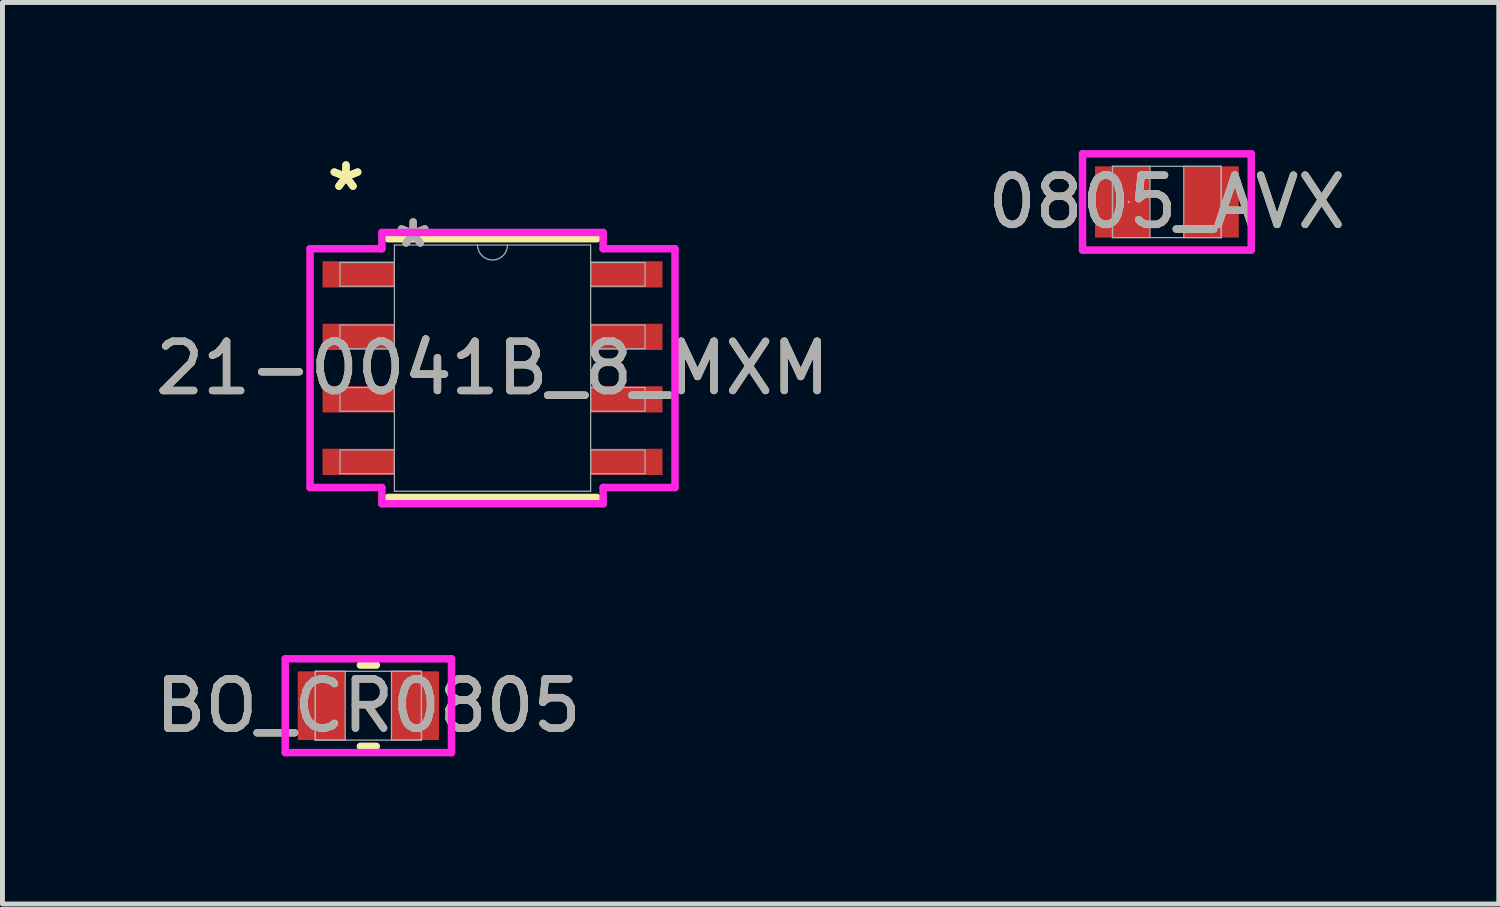
<source format=kicad_pcb>
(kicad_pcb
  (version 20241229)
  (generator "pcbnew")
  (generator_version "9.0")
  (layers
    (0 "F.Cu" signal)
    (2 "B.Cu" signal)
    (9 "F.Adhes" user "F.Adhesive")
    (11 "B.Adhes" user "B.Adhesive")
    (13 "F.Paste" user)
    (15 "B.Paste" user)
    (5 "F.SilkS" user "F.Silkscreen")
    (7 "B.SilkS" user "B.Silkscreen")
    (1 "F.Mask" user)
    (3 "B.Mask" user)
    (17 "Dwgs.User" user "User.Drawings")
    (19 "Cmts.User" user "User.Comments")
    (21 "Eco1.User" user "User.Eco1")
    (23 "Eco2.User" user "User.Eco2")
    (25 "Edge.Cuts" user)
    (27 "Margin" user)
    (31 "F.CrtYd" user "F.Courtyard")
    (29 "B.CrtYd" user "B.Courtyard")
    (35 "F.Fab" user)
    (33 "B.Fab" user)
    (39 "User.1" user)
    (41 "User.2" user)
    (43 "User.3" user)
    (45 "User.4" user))
  (footprint "21-0041B_8_MXM"
    (layer "F.Cu")
    (at 6.958 4.43)
    (property "Reference" "21-0041B_8_MXM" (at 0 0 0) (unlocked yes) (layer "F.SilkS") (effects (font (size 1 1) (thickness 0.15))))
    (attr smd)
    (fp_line (start -2.121 2.629) (end 2.121 2.629) (stroke (width 0.152) (type solid)) (layer "F.SilkS"))
    (fp_line (start 2.121 -2.629) (end -2.121 -2.629) (stroke (width 0.152) (type solid)) (layer "F.SilkS"))
    (fp_line (start -3.708 -2.426) (end -2.248 -2.426) (stroke (width 0.152) (type solid)) (layer "F.CrtYd"))
    (fp_line (start -3.708 2.426) (end -3.708 -2.426) (stroke (width 0.152) (type solid)) (layer "F.CrtYd"))
    (fp_line (start -3.708 2.426) (end -2.248 2.426) (stroke (width 0.152) (type solid)) (layer "F.CrtYd"))
    (fp_line (start -2.248 -2.756) (end 2.248 -2.756) (stroke (width 0.152) (type solid)) (layer "F.CrtYd"))
    (fp_line (start -2.248 -2.426) (end -2.248 -2.756) (stroke (width 0.152) (type solid)) (layer "F.CrtYd"))
    (fp_line (start -2.248 2.756) (end -2.248 2.426) (stroke (width 0.152) (type solid)) (layer "F.CrtYd"))
    (fp_line (start 2.248 -2.756) (end 2.248 -2.426) (stroke (width 0.152) (type solid)) (layer "F.CrtYd"))
    (fp_line (start 2.248 2.426) (end 2.248 2.756) (stroke (width 0.152) (type solid)) (layer "F.CrtYd"))
    (fp_line (start 2.248 2.756) (end -2.248 2.756) (stroke (width 0.152) (type solid)) (layer "F.CrtYd"))
    (fp_line (start 3.708 -2.426) (end 2.248 -2.426) (stroke (width 0.152) (type solid)) (layer "F.CrtYd"))
    (fp_line (start 3.708 -2.426) (end 3.708 2.426) (stroke (width 0.152) (type solid)) (layer "F.CrtYd"))
    (fp_line (start 3.708 2.426) (end 2.248 2.426) (stroke (width 0.152) (type solid)) (layer "F.CrtYd"))
    (fp_line (start -3.099 -2.146) (end -3.099 -1.664) (stroke (width 0.025) (type solid)) (layer "F.Fab"))
    (fp_line (start -3.099 -1.664) (end -1.994 -1.664) (stroke (width 0.025) (type solid)) (layer "F.Fab"))
    (fp_line (start -3.099 -0.876) (end -3.099 -0.394) (stroke (width 0.025) (type solid)) (layer "F.Fab"))
    (fp_line (start -3.099 -0.394) (end -1.994 -0.394) (stroke (width 0.025) (type solid)) (layer "F.Fab"))
    (fp_line (start -3.099 0.394) (end -3.099 0.876) (stroke (width 0.025) (type solid)) (layer "F.Fab"))
    (fp_line (start -3.099 0.876) (end -1.994 0.876) (stroke (width 0.025) (type solid)) (layer "F.Fab"))
    (fp_line (start -3.099 1.664) (end -3.099 2.146) (stroke (width 0.025) (type solid)) (layer "F.Fab"))
    (fp_line (start -3.099 2.146) (end -1.994 2.146) (stroke (width 0.025) (type solid)) (layer "F.Fab"))
    (fp_line (start -1.994 -2.502) (end -1.994 2.502) (stroke (width 0.025) (type solid)) (layer "F.Fab"))
    (fp_line (start -1.994 -2.146) (end -3.099 -2.146) (stroke (width 0.025) (type solid)) (layer "F.Fab"))
    (fp_line (start -1.994 -1.664) (end -1.994 -2.146) (stroke (width 0.025) (type solid)) (layer "F.Fab"))
    (fp_line (start -1.994 -0.876) (end -3.099 -0.876) (stroke (width 0.025) (type solid)) (layer "F.Fab"))
    (fp_line (start -1.994 -0.394) (end -1.994 -0.876) (stroke (width 0.025) (type solid)) (layer "F.Fab"))
    (fp_line (start -1.994 0.394) (end -3.099 0.394) (stroke (width 0.025) (type solid)) (layer "F.Fab"))
    (fp_line (start -1.994 0.876) (end -1.994 0.394) (stroke (width 0.025) (type solid)) (layer "F.Fab"))
    (fp_line (start -1.994 1.664) (end -3.099 1.664) (stroke (width 0.025) (type solid)) (layer "F.Fab"))
    (fp_line (start -1.994 2.146) (end -1.994 1.664) (stroke (width 0.025) (type solid)) (layer "F.Fab"))
    (fp_line (start -1.994 2.502) (end 1.994 2.502) (stroke (width 0.025) (type solid)) (layer "F.Fab"))
    (fp_line (start 1.994 -2.502) (end -1.994 -2.502) (stroke (width 0.025) (type solid)) (layer "F.Fab"))
    (fp_line (start 1.994 -2.146) (end 1.994 -1.664) (stroke (width 0.025) (type solid)) (layer "F.Fab"))
    (fp_line (start 1.994 -1.664) (end 3.099 -1.664) (stroke (width 0.025) (type solid)) (layer "F.Fab"))
    (fp_line (start 1.994 -0.876) (end 1.994 -0.394) (stroke (width 0.025) (type solid)) (layer "F.Fab"))
    (fp_line (start 1.994 -0.394) (end 3.099 -0.394) (stroke (width 0.025) (type solid)) (layer "F.Fab"))
    (fp_line (start 1.994 0.394) (end 1.994 0.876) (stroke (width 0.025) (type solid)) (layer "F.Fab"))
    (fp_line (start 1.994 0.876) (end 3.099 0.876) (stroke (width 0.025) (type solid)) (layer "F.Fab"))
    (fp_line (start 1.994 1.664) (end 1.994 2.146) (stroke (width 0.025) (type solid)) (layer "F.Fab"))
    (fp_line (start 1.994 2.146) (end 3.099 2.146) (stroke (width 0.025) (type solid)) (layer "F.Fab"))
    (fp_line (start 1.994 2.502) (end 1.994 -2.502) (stroke (width 0.025) (type solid)) (layer "F.Fab"))
    (fp_line (start 3.099 -2.146) (end 1.994 -2.146) (stroke (width 0.025) (type solid)) (layer "F.Fab"))
    (fp_line (start 3.099 -1.664) (end 3.099 -2.146) (stroke (width 0.025) (type solid)) (layer "F.Fab"))
    (fp_line (start 3.099 -0.876) (end 1.994 -0.876) (stroke (width 0.025) (type solid)) (layer "F.Fab"))
    (fp_line (start 3.099 -0.394) (end 3.099 -0.876) (stroke (width 0.025) (type solid)) (layer "F.Fab"))
    (fp_line (start 3.099 0.394) (end 1.994 0.394) (stroke (width 0.025) (type solid)) (layer "F.Fab"))
    (fp_line (start 3.099 0.876) (end 3.099 0.394) (stroke (width 0.025) (type solid)) (layer "F.Fab"))
    (fp_line (start 3.099 1.664) (end 1.994 1.664) (stroke (width 0.025) (type solid)) (layer "F.Fab"))
    (fp_line (start 3.099 2.146) (end 3.099 1.664) (stroke (width 0.025) (type solid)) (layer "F.Fab"))
    (fp_arc (start 0.3048 -2.5019) (mid 0 -2.1971) (end -0.3048 -2.5019) (stroke (width 0.0254) (type solid)) (layer "F.Fab"))
    (fp_text user "*" (at -2.978 -3.581 0) (unlocked yes) (layer "F.SilkS") (effects (font (size 1 1) (thickness 0.15))))
    (fp_text user "*" (at -2.978 -3.581 0) (layer "F.SilkS") (effects (font (size 1 1) (thickness 0.15))))
    (fp_text user "*" (at -1.613 -2.426 0) (layer "F.Fab") (effects (font (size 1 1) (thickness 0.15))))
    (fp_text user "${REFERENCE}" (at 0 0 0) (unlocked yes) (layer "F.Fab") (effects (font (size 1 1) (thickness 0.15))))
    (fp_text user "*" (at -1.613 -2.426 0) (unlocked yes) (layer "F.Fab") (effects (font (size 1 1) (thickness 0.15))))
    (pad "1" smd rect (at -2.724 -1.905) (size 1.46 0.533) (layers "F.Cu" "F.Mask" "F.Paste"))
    (pad "2" smd rect (at -2.724 -0.635) (size 1.46 0.533) (layers "F.Cu" "F.Mask" "F.Paste"))
    (pad "3" smd rect (at -2.724 0.635) (size 1.46 0.533) (layers "F.Cu" "F.Mask" "F.Paste"))
    (pad "4" smd rect (at -2.724 1.905) (size 1.46 0.533) (layers "F.Cu" "F.Mask" "F.Paste"))
    (pad "5" smd rect (at 2.724 1.905) (size 1.46 0.533) (layers "F.Cu" "F.Mask" "F.Paste"))
    (pad "6" smd rect (at 2.724 0.635) (size 1.46 0.533) (layers "F.Cu" "F.Mask" "F.Paste"))
    (pad "7" smd rect (at 2.724 -0.635) (size 1.46 0.533) (layers "F.Cu" "F.Mask" "F.Paste"))
    (pad "8" smd rect (at 2.724 -1.905) (size 1.46 0.533) (layers "F.Cu" "F.Mask" "F.Paste")))
  (footprint "0805_AVX"
    (layer "F.Cu")
    (at 20.661 1.054)
    (property "Reference" "0805_AVX" (at 0 0 0) (unlocked yes) (layer "F.SilkS") (effects (font (size 1 1) (thickness 0.15))))
    (attr smd)
    (fp_line (start -1.714 -0.978) (end 1.714 -0.978) (stroke (width 0.152) (type solid)) (layer "F.CrtYd"))
    (fp_line (start -1.714 0.978) (end -1.714 -0.978) (stroke (width 0.152) (type solid)) (layer "F.CrtYd"))
    (fp_line (start 1.714 -0.978) (end 1.714 0.978) (stroke (width 0.152) (type solid)) (layer "F.CrtYd"))
    (fp_line (start 1.714 0.978) (end -1.714 0.978) (stroke (width 0.152) (type solid)) (layer "F.CrtYd"))
    (fp_line (start -1.105 -0.724) (end -1.105 0.724) (stroke (width 0.025) (type solid)) (layer "F.Fab"))
    (fp_line (start -1.105 -0.724) (end -1.105 0.724) (stroke (width 0.025) (type solid)) (layer "F.Fab"))
    (fp_line (start -1.105 0.724) (end -0.343 0.724) (stroke (width 0.025) (type solid)) (layer "F.Fab"))
    (fp_line (start -1.105 0.724) (end 1.105 0.724) (stroke (width 0.025) (type solid)) (layer "F.Fab"))
    (fp_line (start -0.343 -0.724) (end -1.105 -0.724) (stroke (width 0.025) (type solid)) (layer "F.Fab"))
    (fp_line (start -0.343 0.724) (end -0.343 -0.724) (stroke (width 0.025) (type solid)) (layer "F.Fab"))
    (fp_line (start 0.343 -0.724) (end 0.343 0.724) (stroke (width 0.025) (type solid)) (layer "F.Fab"))
    (fp_line (start 0.343 0.724) (end 1.105 0.724) (stroke (width 0.025) (type solid)) (layer "F.Fab"))
    (fp_line (start 1.105 -0.724) (end -1.105 -0.724) (stroke (width 0.025) (type solid)) (layer "F.Fab"))
    (fp_line (start 1.105 -0.724) (end 0.343 -0.724) (stroke (width 0.025) (type solid)) (layer "F.Fab"))
    (fp_line (start 1.105 0.724) (end 1.105 -0.724) (stroke (width 0.025) (type solid)) (layer "F.Fab"))
    (fp_line (start 1.105 0.724) (end 1.105 -0.724) (stroke (width 0.025) (type solid)) (layer "F.Fab"))
    (fp_circle (center -0.775 0) (end -0.775 0) (stroke (width 0.025) (type solid)) (fill no) (layer "F.Fab"))
    (fp_text user "${REFERENCE}" (at 0 0 0) (unlocked yes) (layer "F.Fab") (effects (font (size 1 1) (thickness 0.15))))
    (pad "1" smd rect (at -0.902 0) (size 1.118 1.448) (layers "F.Cu" "F.Mask" "F.Paste"))
    (pad "2" smd rect (at 0.902 0) (size 1.118 1.448) (layers "F.Cu" "F.Mask" "F.Paste"))
    (zone (net_name "") (layer "F.Cu") (hatch full 0.508) (connect_pads) (min_thickness 0.254) (filled_areas_thickness no) (keepout (tracks not_allowed) (vias not_allowed) (pads allowed) (copperpour not_allowed) (footprints allowed)) (placement (enabled no)) (fill) (polygon (pts (xy 20.369 0.381) (xy 20.953 0.381) (xy 20.953 1.727) (xy 20.369 1.727)))))
  (footprint "BO_CR0805"
    (layer "F.Cu")
    (at 4.435 11.29)
    (property "Reference" "BO_CR0805" (at 0 0 0) (unlocked yes) (layer "F.SilkS") (effects (font (size 1 1) (thickness 0.15))))
    (attr smd)
    (fp_line (start -0.162 0.826) (end 0.162 0.826) (stroke (width 0.152) (type solid)) (layer "F.SilkS"))
    (fp_line (start 0.162 -0.826) (end -0.162 -0.826) (stroke (width 0.152) (type solid)) (layer "F.SilkS"))
    (fp_line (start -1.689 -0.953) (end 1.689 -0.953) (stroke (width 0.152) (type solid)) (layer "F.CrtYd"))
    (fp_line (start -1.689 0.953) (end -1.689 -0.953) (stroke (width 0.152) (type solid)) (layer "F.CrtYd"))
    (fp_line (start 1.689 -0.953) (end 1.689 0.953) (stroke (width 0.152) (type solid)) (layer "F.CrtYd"))
    (fp_line (start 1.689 0.953) (end -1.689 0.953) (stroke (width 0.152) (type solid)) (layer "F.CrtYd"))
    (fp_line (start -1.079 -0.699) (end -1.079 0.699) (stroke (width 0.025) (type solid)) (layer "F.Fab"))
    (fp_line (start -1.079 -0.699) (end -1.079 0.699) (stroke (width 0.025) (type solid)) (layer "F.Fab"))
    (fp_line (start -1.079 0.699) (end -0.47 0.699) (stroke (width 0.025) (type solid)) (layer "F.Fab"))
    (fp_line (start -1.079 0.699) (end 1.079 0.699) (stroke (width 0.025) (type solid)) (layer "F.Fab"))
    (fp_line (start -0.47 -0.699) (end -1.079 -0.699) (stroke (width 0.025) (type solid)) (layer "F.Fab"))
    (fp_line (start -0.47 0.699) (end -0.47 -0.699) (stroke (width 0.025) (type solid)) (layer "F.Fab"))
    (fp_line (start 0.47 -0.699) (end 0.47 0.699) (stroke (width 0.025) (type solid)) (layer "F.Fab"))
    (fp_line (start 0.47 0.699) (end 1.079 0.699) (stroke (width 0.025) (type solid)) (layer "F.Fab"))
    (fp_line (start 1.079 -0.699) (end -1.079 -0.699) (stroke (width 0.025) (type solid)) (layer "F.Fab"))
    (fp_line (start 1.079 -0.699) (end 0.47 -0.699) (stroke (width 0.025) (type solid)) (layer "F.Fab"))
    (fp_line (start 1.079 0.699) (end 1.079 -0.699) (stroke (width 0.025) (type solid)) (layer "F.Fab"))
    (fp_line (start 1.079 0.699) (end 1.079 -0.699) (stroke (width 0.025) (type solid)) (layer "F.Fab"))
    (fp_text user "${REFERENCE}" (at 0 0 0) (unlocked yes) (layer "F.Fab") (effects (font (size 1 1) (thickness 0.15))))
    (pad "1" smd rect (at -0.953 0) (size 0.965 1.397) (layers "F.Cu" "F.Mask" "F.Paste"))
    (pad "2" smd rect (at 0.953 0) (size 0.965 1.397) (layers "F.Cu" "F.Mask" "F.Paste"))
    (zone (net_name "") (layer "F.Cu") (hatch full 0.508) (connect_pads) (min_thickness 0.254) (filled_areas_thickness no) (keepout (tracks not_allowed) (vias not_allowed) (pads allowed) (copperpour not_allowed) (footprints allowed)) (placement (enabled no)) (fill) (polygon (pts (xy 4.015 10.643) (xy 4.854 10.643) (xy 4.854 11.938) (xy 4.015 11.938)))))
  (gr_rect
    (start -3 -3)
    (end 27.405 15.319)
    (stroke (width 0.1) (type default))
    (fill no)
    (layer "Edge.Cuts")))
</source>
